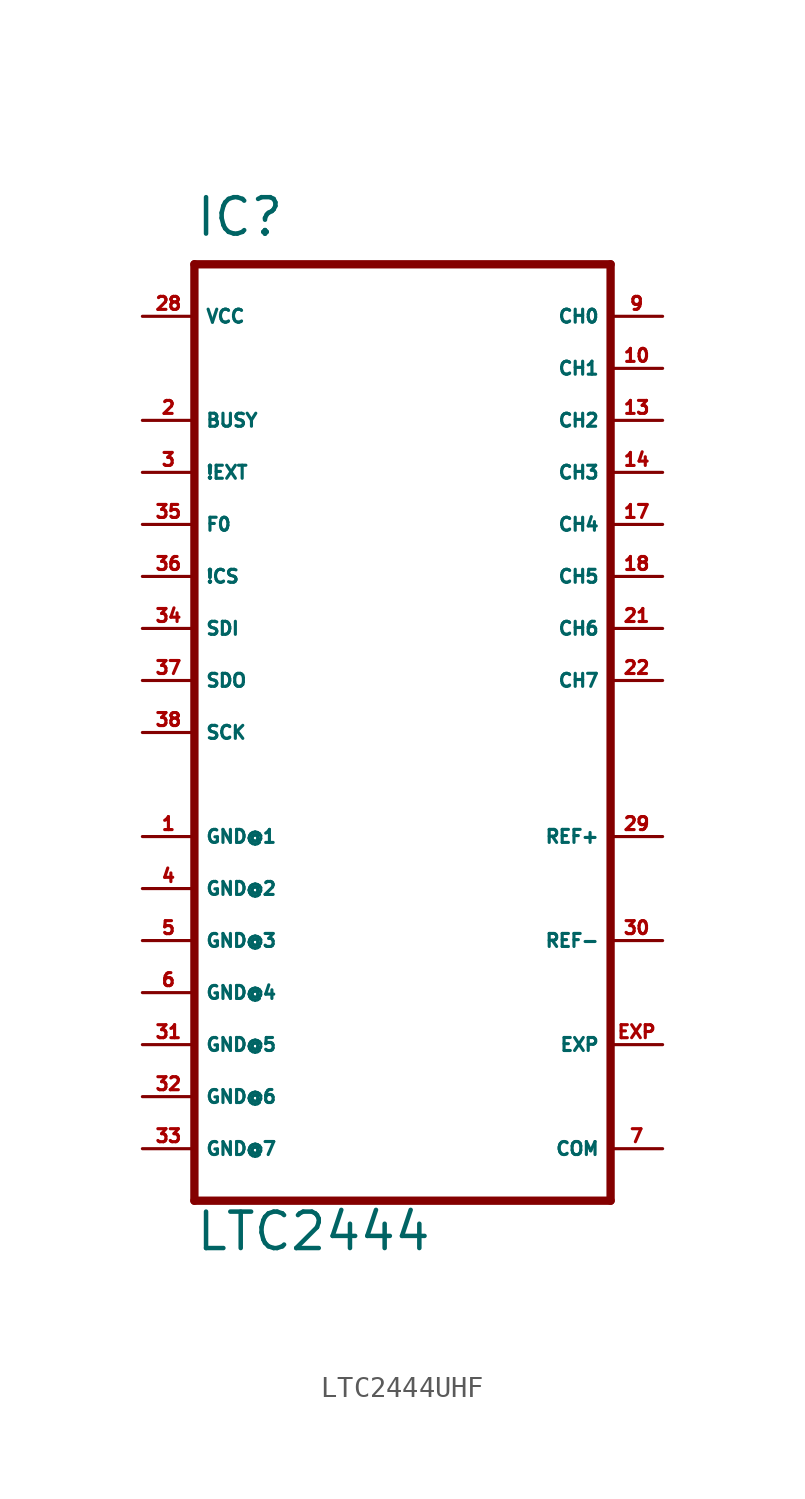
<source format=kicad_sym>
(kicad_symbol_lib
  (version 20220914)
  (generator Eagle2Kicad)
  (symbol "LTC2444UHF"
    (property "Reference" "IC"
      (at -10.16 24.13 0)
      (effects (font (size 1.778 1.778) (thickness 0.22)) (justify left bottom)))
    (property "Value" "LTC2444"
      (at -10.16 -25.4 0)
      (effects (font (size 1.778 1.778) (thickness 0.22)) (justify left bottom)))
    (polyline
      (pts (xy -10.16 22.86) (xy 10.16 22.86))
      (stroke (width 0.406) (type default))
      (fill (type none)))
    (polyline
      (pts (xy 10.16 22.86) (xy 10.16 -22.86))
      (stroke (width 0.406) (type default))
      (fill (type none)))
    (polyline
      (pts (xy 10.16 -22.86) (xy -10.16 -22.86))
      (stroke (width 0.406) (type default))
      (fill (type none)))
    (polyline
      (pts (xy -10.16 -22.86) (xy -10.16 22.86))
      (stroke (width 0.406) (type default))
      (fill (type none)))
    (pin unspecified line
      (at -12.7 -5.08 0)
      (length 2.54)
      (name "GND@1" (effects (font (size 0.635 0.635) (thickness 0.08)) (justify left bottom)))
      (number "1" (effects (font (size 0.635 0.635) (thickness 0.08)) (justify left bottom))))
    (pin unspecified line
      (at -12.7 -7.62 0)
      (length 2.54)
      (name "GND@2" (effects (font (size 0.635 0.635) (thickness 0.08)) (justify left bottom)))
      (number "4" (effects (font (size 0.635 0.635) (thickness 0.08)) (justify left bottom))))
    (pin unspecified line
      (at -12.7 -10.16 0)
      (length 2.54)
      (name "GND@3" (effects (font (size 0.635 0.635) (thickness 0.08)) (justify left bottom)))
      (number "5" (effects (font (size 0.635 0.635) (thickness 0.08)) (justify left bottom))))
    (pin unspecified line
      (at -12.7 -12.7 0)
      (length 2.54)
      (name "GND@4" (effects (font (size 0.635 0.635) (thickness 0.08)) (justify left bottom)))
      (number "6" (effects (font (size 0.635 0.635) (thickness 0.08)) (justify left bottom))))
    (pin output line
      (at -12.7 15.24 0)
      (length 2.54)
      (name "BUSY" (effects (font (size 0.635 0.635) (thickness 0.08)) (justify left bottom)))
      (number "2" (effects (font (size 0.635 0.635) (thickness 0.08)) (justify left bottom))))
    (pin output line
      (at -12.7 12.7 0)
      (length 2.54)
      (name "!EXT" (effects (font (size 0.635 0.635) (thickness 0.08)) (justify left bottom)))
      (number "3" (effects (font (size 0.635 0.635) (thickness 0.08)) (justify left bottom))))
    (pin input line
      (at 12.7 20.32 180)
      (length 2.54)
      (name "CH0" (effects (font (size 0.635 0.635) (thickness 0.08)) (justify left bottom)))
      (number "9" (effects (font (size 0.635 0.635) (thickness 0.08)) (justify left bottom))))
    (pin input line
      (at 12.7 17.78 180)
      (length 2.54)
      (name "CH1" (effects (font (size 0.635 0.635) (thickness 0.08)) (justify left bottom)))
      (number "10" (effects (font (size 0.635 0.635) (thickness 0.08)) (justify left bottom))))
    (pin input line
      (at 12.7 15.24 180)
      (length 2.54)
      (name "CH2" (effects (font (size 0.635 0.635) (thickness 0.08)) (justify left bottom)))
      (number "13" (effects (font (size 0.635 0.635) (thickness 0.08)) (justify left bottom))))
    (pin input line
      (at 12.7 12.7 180)
      (length 2.54)
      (name "CH3" (effects (font (size 0.635 0.635) (thickness 0.08)) (justify left bottom)))
      (number "14" (effects (font (size 0.635 0.635) (thickness 0.08)) (justify left bottom))))
    (pin input line
      (at 12.7 10.16 180)
      (length 2.54)
      (name "CH4" (effects (font (size 0.635 0.635) (thickness 0.08)) (justify left bottom)))
      (number "17" (effects (font (size 0.635 0.635) (thickness 0.08)) (justify left bottom))))
    (pin input line
      (at 12.7 7.62 180)
      (length 2.54)
      (name "CH5" (effects (font (size 0.635 0.635) (thickness 0.08)) (justify left bottom)))
      (number "18" (effects (font (size 0.635 0.635) (thickness 0.08)) (justify left bottom))))
    (pin input line
      (at 12.7 5.08 180)
      (length 2.54)
      (name "CH6" (effects (font (size 0.635 0.635) (thickness 0.08)) (justify left bottom)))
      (number "21" (effects (font (size 0.635 0.635) (thickness 0.08)) (justify left bottom))))
    (pin input line
      (at 12.7 2.54 180)
      (length 2.54)
      (name "CH7" (effects (font (size 0.635 0.635) (thickness 0.08)) (justify left bottom)))
      (number "22" (effects (font (size 0.635 0.635) (thickness 0.08)) (justify left bottom))))
    (pin input line
      (at 12.7 -5.08 180)
      (length 2.54)
      (name "REF+" (effects (font (size 0.635 0.635) (thickness 0.08)) (justify left bottom)))
      (number "29" (effects (font (size 0.635 0.635) (thickness 0.08)) (justify left bottom))))
    (pin input line
      (at 12.7 -10.16 180)
      (length 2.54)
      (name "REF-" (effects (font (size 0.635 0.635) (thickness 0.08)) (justify left bottom)))
      (number "30" (effects (font (size 0.635 0.635) (thickness 0.08)) (justify left bottom))))
    (pin input line
      (at -12.7 5.08 0)
      (length 2.54)
      (name "SDI" (effects (font (size 0.635 0.635) (thickness 0.08)) (justify left bottom)))
      (number "34" (effects (font (size 0.635 0.635) (thickness 0.08)) (justify left bottom))))
    (pin input line
      (at -12.7 10.16 0)
      (length 2.54)
      (name "F0" (effects (font (size 0.635 0.635) (thickness 0.08)) (justify left bottom)))
      (number "35" (effects (font (size 0.635 0.635) (thickness 0.08)) (justify left bottom))))
    (pin input line
      (at -12.7 7.62 0)
      (length 2.54)
      (name "!CS" (effects (font (size 0.635 0.635) (thickness 0.08)) (justify left bottom)))
      (number "36" (effects (font (size 0.635 0.635) (thickness 0.08)) (justify left bottom))))
    (pin tri_state line
      (at -12.7 2.54 0)
      (length 2.54)
      (name "SDO" (effects (font (size 0.635 0.635) (thickness 0.08)) (justify left bottom)))
      (number "37" (effects (font (size 0.635 0.635) (thickness 0.08)) (justify left bottom))))
    (pin bidirectional line
      (at -12.7 0 0)
      (length 2.54)
      (name "SCK" (effects (font (size 0.635 0.635) (thickness 0.08)) (justify left bottom)))
      (number "38" (effects (font (size 0.635 0.635) (thickness 0.08)) (justify left bottom))))
    (pin unspecified line
      (at -12.7 -15.24 0)
      (length 2.54)
      (name "GND@5" (effects (font (size 0.635 0.635) (thickness 0.08)) (justify left bottom)))
      (number "31" (effects (font (size 0.635 0.635) (thickness 0.08)) (justify left bottom))))
    (pin unspecified line
      (at -12.7 -17.78 0)
      (length 2.54)
      (name "GND@6" (effects (font (size 0.635 0.635) (thickness 0.08)) (justify left bottom)))
      (number "32" (effects (font (size 0.635 0.635) (thickness 0.08)) (justify left bottom))))
    (pin unspecified line
      (at -12.7 -20.32 0)
      (length 2.54)
      (name "GND@7" (effects (font (size 0.635 0.635) (thickness 0.08)) (justify left bottom)))
      (number "33" (effects (font (size 0.635 0.635) (thickness 0.08)) (justify left bottom))))
    (pin unspecified line
      (at 12.7 -20.32 180)
      (length 2.54)
      (name "COM" (effects (font (size 0.635 0.635) (thickness 0.08)) (justify left bottom)))
      (number "7" (effects (font (size 0.635 0.635) (thickness 0.08)) (justify left bottom))))
    (pin passive line
      (at 12.7 -15.24 180)
      (length 2.54)
      (name "EXP" (effects (font (size 0.635 0.635) (thickness 0.08)) (justify left bottom)))
      (number "EXP" (effects (font (size 0.635 0.635) (thickness 0.08)) (justify left bottom))))
    (pin unspecified line
      (at -12.7 20.32 0)
      (length 2.54)
      (name "VCC" (effects (font (size 0.635 0.635) (thickness 0.08)) (justify left bottom)))
      (number "28" (effects (font (size 0.635 0.635) (thickness 0.08)) (justify left bottom))))))
</source>
